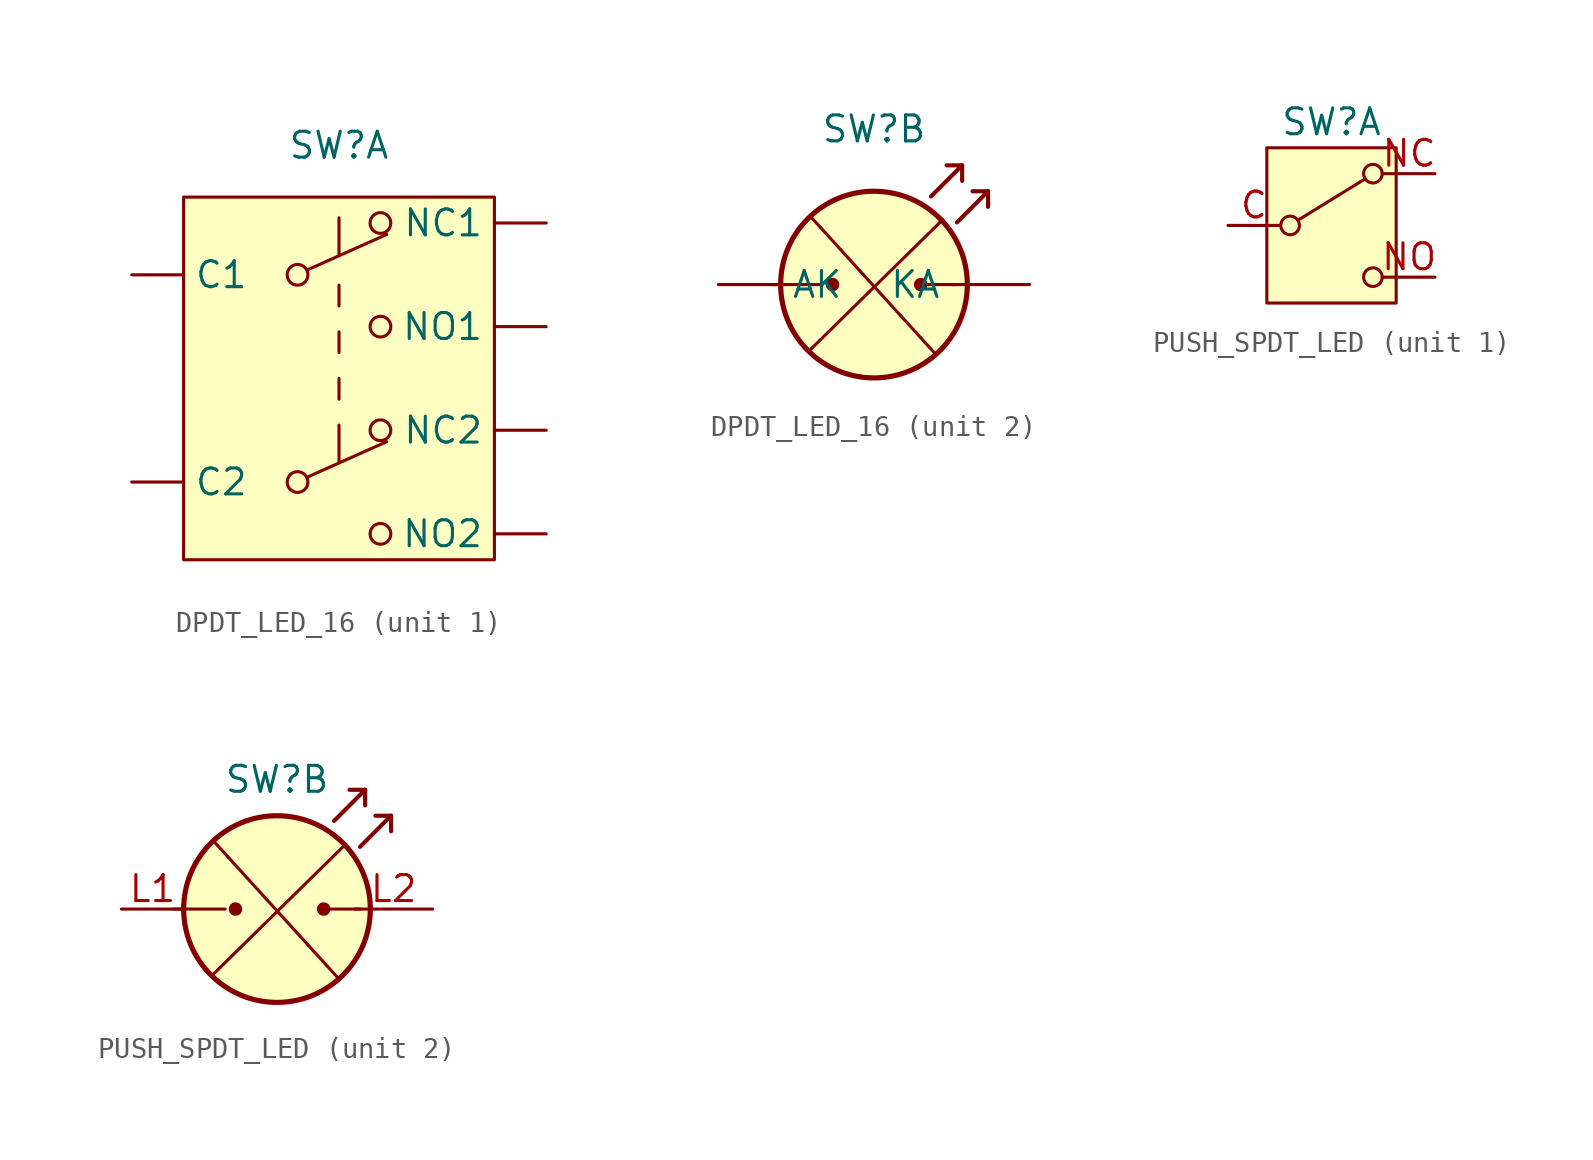
<source format=kicad_sym>
(kicad_symbol_lib
  (version 20231120)
  (generator "kicad_symbol_editor")
  (generator_version "8.0")
  (symbol "DPDT_LED_16"
    (pin_numbers hide)
    (property "Reference" "SW"
      (at 0 0 0)
      (effects (font (size 1.27 1.27))))
    (property "Value" ""
      (at 0 0 0)
      (effects (font (size 1.27 1.27))))
    (property "ki_locked" ""
      (at 0 0 0)
      (effects (font (size 1.27 1.27))))
    (symbol "DPDT_LED_16_1_0"
      (unit_name "SW")
      (circle (center -2.032 -16.51) (radius 0.508) (stroke (width 0) (type default)) (fill (type none)))
      (circle (center -2.032 -6.35) (radius 0.508) (stroke (width 0) (type default)) (fill (type none)))
      (circle (center 2.032 -19.05) (radius 0.508) (stroke (width 0) (type default)) (fill (type none)))
      (circle (center 2.032 -8.89) (radius 0.508) (stroke (width 0) (type default)) (fill (type none))))
    (symbol "DPDT_LED_16_1_1"
      (unit_name "SW")
      (rectangle (start -7.62 -2.54) (end 7.62 -20.32) (stroke (width 0) (type default)) (fill (type background)))
      (polyline (pts (xy -1.524 -16.256) (xy 2.337 -14.529)) (stroke (width 0) (type default)) (fill (type none)))
      (polyline (pts (xy -1.524 -6.096) (xy 2.337 -4.369)) (stroke (width 0) (type default)) (fill (type none)))
      (polyline (pts (xy 0 -13.716) (xy 0 -15.494)) (stroke (width 0) (type default)) (fill (type none)))
      (polyline (pts (xy 0 -12.446) (xy 0 -11.43)) (stroke (width 0) (type default)) (fill (type none)))
      (polyline (pts (xy 0 -10.16) (xy 0 -9.144)) (stroke (width 0) (type default)) (fill (type none)))
      (polyline (pts (xy 0 -7.874) (xy 0 -6.858)) (stroke (width 0) (type default)) (fill (type none)))
      (polyline (pts (xy 0 -3.556) (xy 0 -5.334)) (stroke (width 0) (type default)) (fill (type none)))
      (circle (center 2.032 -13.97) (radius 0.508) (stroke (width 0) (type default)) (fill (type none)))
      (circle (center 2.032 -3.81) (radius 0.508) (stroke (width 0) (type default)) (fill (type none)))
      (pin passive line (at -10.16 -6.35 0) (length 2.54) (name "C1" (effects (font (size 1.27 1.27)))) (number "C1" (effects (font (size 1.27 1.27)))))
      (pin passive line (at -10.16 -16.51 0) (length 2.54) (name "C2" (effects (font (size 1.27 1.27)))) (number "C2" (effects (font (size 1.27 1.27)))))
      (pin passive line (at 10.16 -3.81 180) (length 2.54) (name "NC1" (effects (font (size 1.27 1.27)))) (number "NC1" (effects (font (size 1.27 1.27)))))
      (pin passive line (at 10.16 -13.97 180) (length 2.54) (name "NC2" (effects (font (size 1.27 1.27)))) (number "NC2" (effects (font (size 1.27 1.27)))))
      (pin passive line (at 10.16 -8.89 180) (length 2.54) (name "NO1" (effects (font (size 1.27 1.27)))) (number "NO1" (effects (font (size 1.27 1.27)))))
      (pin passive line (at 10.16 -19.05 180) (length 2.54) (name "NO2" (effects (font (size 1.27 1.27)))) (number "NO2" (effects (font (size 1.27 1.27))))))
    (symbol "DPDT_LED_16_2_1"
      (unit_name "LED")
      (circle (center -2.032 -7.62) (radius 0.254) (stroke (width 0) (type default)) (fill (type outline)))
      (circle (center 0 -7.62) (radius 4.572) (stroke (width 0.254) (type default)) (fill (type background)))
      (polyline (pts (xy -5.08 -7.62) (xy -2.54 -7.62)) (stroke (width 0) (type default)) (fill (type none)))
      (polyline (pts (xy -3.116 -4.28) (xy 3.008 -11.016)) (stroke (width 0) (type default)) (fill (type none)))
      (polyline (pts (xy 3.368 -4.439) (xy -3.198 -10.886)) (stroke (width 0) (type default)) (fill (type none)))
      (polyline (pts (xy 4.064 -7.62) (xy 2.286 -7.62)) (stroke (width 0) (type default)) (fill (type outline)))
      (polyline (pts (xy 4.318 -1.778) (xy 4.318 -2.54)) (stroke (width 0.203) (type default)) (fill (type none)))
      (polyline (pts (xy 5.588 -3.048) (xy 5.588 -3.81)) (stroke (width 0.203) (type default)) (fill (type none)))
      (polyline (pts (xy 2.794 -3.302) (xy 4.318 -1.778) (xy 3.556 -1.778)) (stroke (width 0.203) (type default)) (fill (type none)))
      (polyline (pts (xy 4.064 -4.572) (xy 5.588 -3.048) (xy 4.826 -3.048)) (stroke (width 0.203) (type default)) (fill (type none)))
      (circle (center 2.286 -7.62) (radius 0.254) (stroke (width 0) (type default)) (fill (type outline)))
      (pin input line (at -7.62 -7.62 0) (length 3.048) (name "AK" (effects (font (size 1.27 1.27)))) (number "L1" (effects (font (size 1.27 1.27)))))
      (pin input line (at 7.62 -7.62 180) (length 3.81) (name "KA" (effects (font (size 1.27 1.27)))) (number "L2" (effects (font (size 1.27 1.27)))))))
  (symbol "PUSH_SPDT_LED"
    (pin_names hide)
    (property "Reference" "SW"
      (at 0 0 0)
      (effects (font (size 1.27 1.27))))
    (property "Value" ""
      (at 0 0 0)
      (effects (font (size 1.27 1.27))))
    (property "ki_locked" ""
      (at 0 0 0)
      (effects (font (size 1.27 1.27))))
    (symbol "PUSH_SPDT_LED_1_1"
      (rectangle (start -3.175 -1.27) (end 3.175 -8.89) (stroke (width 0) (type default)) (fill (type background)))
      (circle (center -2.032 -5.08) (radius 0.457) (stroke (width 0) (type default)) (fill (type none)))
      (polyline (pts (xy -1.651 -4.826) (xy 1.651 -2.794)) (stroke (width 0) (type default)) (fill (type none)))
      (circle (center 2.032 -7.62) (radius 0.457) (stroke (width 0) (type default)) (fill (type none)))
      (circle (center 2.032 -2.54) (radius 0.457) (stroke (width 0) (type default)) (fill (type none)))
      (pin passive line (at -5.08 -5.08 0) (length 2.54) (name "C" (effects (font (size 1.27 1.27)))) (number "C" (effects (font (size 1.27 1.27)))))
      (pin passive line (at 5.08 -2.54 180) (length 2.54) (name "NC" (effects (font (size 1.27 1.27)))) (number "NC" (effects (font (size 1.27 1.27)))))
      (pin passive line (at 5.08 -7.62 180) (length 2.54) (name "NO" (effects (font (size 1.27 1.27)))) (number "NO" (effects (font (size 1.27 1.27))))))
    (symbol "PUSH_SPDT_LED_2_1"
      (circle (center -2.032 -6.35) (radius 0.254) (stroke (width 0) (type default)) (fill (type outline)))
      (circle (center 0 -6.35) (radius 4.572) (stroke (width 0.254) (type default)) (fill (type background)))
      (polyline (pts (xy -5.08 -6.35) (xy -2.54 -6.35)) (stroke (width 0) (type default)) (fill (type none)))
      (polyline (pts (xy -3.116 -3.01) (xy 3.008 -9.746)) (stroke (width 0) (type default)) (fill (type none)))
      (polyline (pts (xy 3.368 -3.169) (xy -3.198 -9.616)) (stroke (width 0) (type default)) (fill (type none)))
      (polyline (pts (xy 4.064 -6.35) (xy 2.286 -6.35)) (stroke (width 0) (type default)) (fill (type outline)))
      (polyline (pts (xy 4.318 -0.508) (xy 4.318 -1.27)) (stroke (width 0.203) (type default)) (fill (type none)))
      (polyline (pts (xy 5.588 -1.778) (xy 5.588 -2.54)) (stroke (width 0.203) (type default)) (fill (type none)))
      (polyline (pts (xy 2.794 -2.032) (xy 4.318 -0.508) (xy 3.556 -0.508)) (stroke (width 0.203) (type default)) (fill (type none)))
      (polyline (pts (xy 4.064 -3.302) (xy 5.588 -1.778) (xy 4.826 -1.778)) (stroke (width 0.203) (type default)) (fill (type none)))
      (circle (center 2.286 -6.35) (radius 0.254) (stroke (width 0) (type default)) (fill (type outline)))
      (pin input line (at -7.62 -6.35 0) (length 3.048) (name "AK" (effects (font (size 1.27 1.27)))) (number "L1" (effects (font (size 1.27 1.27)))))
      (pin input line (at 7.62 -6.35 180) (length 3.81) (name "KA" (effects (font (size 1.27 1.27)))) (number "L2" (effects (font (size 1.27 1.27))))))))
</source>
